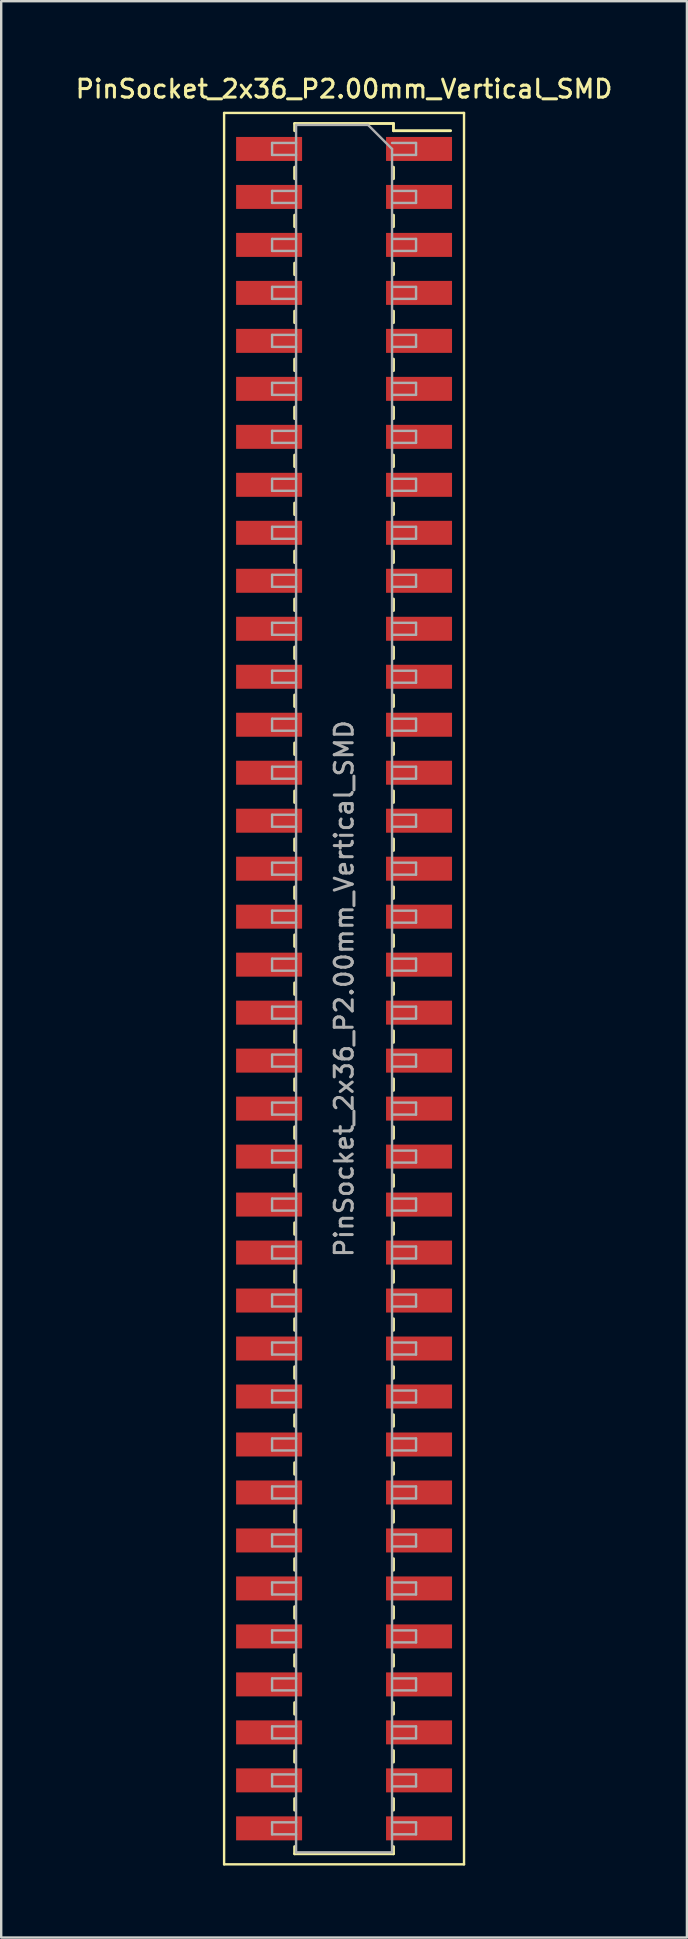
<source format=kicad_pcb>
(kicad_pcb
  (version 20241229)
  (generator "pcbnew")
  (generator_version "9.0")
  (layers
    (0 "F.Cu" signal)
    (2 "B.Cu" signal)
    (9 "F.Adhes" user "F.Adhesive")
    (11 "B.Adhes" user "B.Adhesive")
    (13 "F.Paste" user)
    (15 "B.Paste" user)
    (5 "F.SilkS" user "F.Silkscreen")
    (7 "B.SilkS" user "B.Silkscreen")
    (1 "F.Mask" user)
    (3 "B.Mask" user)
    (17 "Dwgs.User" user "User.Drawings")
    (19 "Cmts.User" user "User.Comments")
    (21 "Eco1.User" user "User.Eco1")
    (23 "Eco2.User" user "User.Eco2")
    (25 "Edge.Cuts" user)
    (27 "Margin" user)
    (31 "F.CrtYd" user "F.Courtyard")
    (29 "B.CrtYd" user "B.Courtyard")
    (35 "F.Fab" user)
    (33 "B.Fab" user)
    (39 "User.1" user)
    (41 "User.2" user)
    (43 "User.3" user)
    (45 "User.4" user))
  (footprint "PinSocket_2x36_P2.00mm_Vertical_SMD"
    (layer "F.Cu")
    (at 11.291 38.158)
    (property "Reference" "PinSocket_2x36_P2.00mm_Vertical_SMD" (at 0 -37.5 0) (layer "F.SilkS") (effects (font (size 0.75 0.75) (thickness 0.125))))
    (attr smd)
    (fp_line (start -5 -36.5) (end 5 -36.5) (stroke (width 0.1) (type solid)) (layer "F.SilkS"))
    (fp_line (start -5 36.5) (end -5 -36.5) (stroke (width 0.1) (type solid)) (layer "F.SilkS"))
    (fp_line (start -2.06 -36.06) (end -2.06 -35.76) (stroke (width 0.12) (type solid)) (layer "F.SilkS"))
    (fp_line (start -2.06 -36.06) (end 2.06 -36.06) (stroke (width 0.12) (type solid)) (layer "F.SilkS"))
    (fp_line (start -2.06 -34.24) (end -2.06 -33.76) (stroke (width 0.12) (type solid)) (layer "F.SilkS"))
    (fp_line (start -2.06 -32.24) (end -2.06 -31.76) (stroke (width 0.12) (type solid)) (layer "F.SilkS"))
    (fp_line (start -2.06 -30.24) (end -2.06 -29.76) (stroke (width 0.12) (type solid)) (layer "F.SilkS"))
    (fp_line (start -2.06 -28.24) (end -2.06 -27.76) (stroke (width 0.12) (type solid)) (layer "F.SilkS"))
    (fp_line (start -2.06 -26.24) (end -2.06 -25.76) (stroke (width 0.12) (type solid)) (layer "F.SilkS"))
    (fp_line (start -2.06 -24.24) (end -2.06 -23.76) (stroke (width 0.12) (type solid)) (layer "F.SilkS"))
    (fp_line (start -2.06 -22.24) (end -2.06 -21.76) (stroke (width 0.12) (type solid)) (layer "F.SilkS"))
    (fp_line (start -2.06 -20.24) (end -2.06 -19.76) (stroke (width 0.12) (type solid)) (layer "F.SilkS"))
    (fp_line (start -2.06 -18.24) (end -2.06 -17.76) (stroke (width 0.12) (type solid)) (layer "F.SilkS"))
    (fp_line (start -2.06 -16.24) (end -2.06 -15.76) (stroke (width 0.12) (type solid)) (layer "F.SilkS"))
    (fp_line (start -2.06 -14.24) (end -2.06 -13.76) (stroke (width 0.12) (type solid)) (layer "F.SilkS"))
    (fp_line (start -2.06 -12.24) (end -2.06 -11.76) (stroke (width 0.12) (type solid)) (layer "F.SilkS"))
    (fp_line (start -2.06 -10.24) (end -2.06 -9.76) (stroke (width 0.12) (type solid)) (layer "F.SilkS"))
    (fp_line (start -2.06 -8.24) (end -2.06 -7.76) (stroke (width 0.12) (type solid)) (layer "F.SilkS"))
    (fp_line (start -2.06 -6.24) (end -2.06 -5.76) (stroke (width 0.12) (type solid)) (layer "F.SilkS"))
    (fp_line (start -2.06 -4.24) (end -2.06 -3.76) (stroke (width 0.12) (type solid)) (layer "F.SilkS"))
    (fp_line (start -2.06 -2.24) (end -2.06 -1.76) (stroke (width 0.12) (type solid)) (layer "F.SilkS"))
    (fp_line (start -2.06 -0.24) (end -2.06 0.24) (stroke (width 0.12) (type solid)) (layer "F.SilkS"))
    (fp_line (start -2.06 1.76) (end -2.06 2.24) (stroke (width 0.12) (type solid)) (layer "F.SilkS"))
    (fp_line (start -2.06 3.76) (end -2.06 4.24) (stroke (width 0.12) (type solid)) (layer "F.SilkS"))
    (fp_line (start -2.06 5.76) (end -2.06 6.24) (stroke (width 0.12) (type solid)) (layer "F.SilkS"))
    (fp_line (start -2.06 7.76) (end -2.06 8.24) (stroke (width 0.12) (type solid)) (layer "F.SilkS"))
    (fp_line (start -2.06 9.76) (end -2.06 10.24) (stroke (width 0.12) (type solid)) (layer "F.SilkS"))
    (fp_line (start -2.06 11.76) (end -2.06 12.24) (stroke (width 0.12) (type solid)) (layer "F.SilkS"))
    (fp_line (start -2.06 13.76) (end -2.06 14.24) (stroke (width 0.12) (type solid)) (layer "F.SilkS"))
    (fp_line (start -2.06 15.76) (end -2.06 16.24) (stroke (width 0.12) (type solid)) (layer "F.SilkS"))
    (fp_line (start -2.06 17.76) (end -2.06 18.24) (stroke (width 0.12) (type solid)) (layer "F.SilkS"))
    (fp_line (start -2.06 19.76) (end -2.06 20.24) (stroke (width 0.12) (type solid)) (layer "F.SilkS"))
    (fp_line (start -2.06 21.76) (end -2.06 22.24) (stroke (width 0.12) (type solid)) (layer "F.SilkS"))
    (fp_line (start -2.06 23.76) (end -2.06 24.24) (stroke (width 0.12) (type solid)) (layer "F.SilkS"))
    (fp_line (start -2.06 25.76) (end -2.06 26.24) (stroke (width 0.12) (type solid)) (layer "F.SilkS"))
    (fp_line (start -2.06 27.76) (end -2.06 28.24) (stroke (width 0.12) (type solid)) (layer "F.SilkS"))
    (fp_line (start -2.06 29.76) (end -2.06 30.24) (stroke (width 0.12) (type solid)) (layer "F.SilkS"))
    (fp_line (start -2.06 31.76) (end -2.06 32.24) (stroke (width 0.12) (type solid)) (layer "F.SilkS"))
    (fp_line (start -2.06 33.76) (end -2.06 34.24) (stroke (width 0.12) (type solid)) (layer "F.SilkS"))
    (fp_line (start -2.06 35.76) (end -2.06 36.06) (stroke (width 0.12) (type solid)) (layer "F.SilkS"))
    (fp_line (start -2.06 36.06) (end 2.06 36.06) (stroke (width 0.12) (type solid)) (layer "F.SilkS"))
    (fp_line (start 2.06 -36.06) (end 2.06 -35.76) (stroke (width 0.12) (type solid)) (layer "F.SilkS"))
    (fp_line (start 2.06 -35.76) (end 4.44 -35.76) (stroke (width 0.12) (type solid)) (layer "F.SilkS"))
    (fp_line (start 2.06 -34.24) (end 2.06 -33.76) (stroke (width 0.12) (type solid)) (layer "F.SilkS"))
    (fp_line (start 2.06 -32.24) (end 2.06 -31.76) (stroke (width 0.12) (type solid)) (layer "F.SilkS"))
    (fp_line (start 2.06 -30.24) (end 2.06 -29.76) (stroke (width 0.12) (type solid)) (layer "F.SilkS"))
    (fp_line (start 2.06 -28.24) (end 2.06 -27.76) (stroke (width 0.12) (type solid)) (layer "F.SilkS"))
    (fp_line (start 2.06 -26.24) (end 2.06 -25.76) (stroke (width 0.12) (type solid)) (layer "F.SilkS"))
    (fp_line (start 2.06 -24.24) (end 2.06 -23.76) (stroke (width 0.12) (type solid)) (layer "F.SilkS"))
    (fp_line (start 2.06 -22.24) (end 2.06 -21.76) (stroke (width 0.12) (type solid)) (layer "F.SilkS"))
    (fp_line (start 2.06 -20.24) (end 2.06 -19.76) (stroke (width 0.12) (type solid)) (layer "F.SilkS"))
    (fp_line (start 2.06 -18.24) (end 2.06 -17.76) (stroke (width 0.12) (type solid)) (layer "F.SilkS"))
    (fp_line (start 2.06 -16.24) (end 2.06 -15.76) (stroke (width 0.12) (type solid)) (layer "F.SilkS"))
    (fp_line (start 2.06 -14.24) (end 2.06 -13.76) (stroke (width 0.12) (type solid)) (layer "F.SilkS"))
    (fp_line (start 2.06 -12.24) (end 2.06 -11.76) (stroke (width 0.12) (type solid)) (layer "F.SilkS"))
    (fp_line (start 2.06 -10.24) (end 2.06 -9.76) (stroke (width 0.12) (type solid)) (layer "F.SilkS"))
    (fp_line (start 2.06 -8.24) (end 2.06 -7.76) (stroke (width 0.12) (type solid)) (layer "F.SilkS"))
    (fp_line (start 2.06 -6.24) (end 2.06 -5.76) (stroke (width 0.12) (type solid)) (layer "F.SilkS"))
    (fp_line (start 2.06 -4.24) (end 2.06 -3.76) (stroke (width 0.12) (type solid)) (layer "F.SilkS"))
    (fp_line (start 2.06 -2.24) (end 2.06 -1.76) (stroke (width 0.12) (type solid)) (layer "F.SilkS"))
    (fp_line (start 2.06 -0.24) (end 2.06 0.24) (stroke (width 0.12) (type solid)) (layer "F.SilkS"))
    (fp_line (start 2.06 1.76) (end 2.06 2.24) (stroke (width 0.12) (type solid)) (layer "F.SilkS"))
    (fp_line (start 2.06 3.76) (end 2.06 4.24) (stroke (width 0.12) (type solid)) (layer "F.SilkS"))
    (fp_line (start 2.06 5.76) (end 2.06 6.24) (stroke (width 0.12) (type solid)) (layer "F.SilkS"))
    (fp_line (start 2.06 7.76) (end 2.06 8.24) (stroke (width 0.12) (type solid)) (layer "F.SilkS"))
    (fp_line (start 2.06 9.76) (end 2.06 10.24) (stroke (width 0.12) (type solid)) (layer "F.SilkS"))
    (fp_line (start 2.06 11.76) (end 2.06 12.24) (stroke (width 0.12) (type solid)) (layer "F.SilkS"))
    (fp_line (start 2.06 13.76) (end 2.06 14.24) (stroke (width 0.12) (type solid)) (layer "F.SilkS"))
    (fp_line (start 2.06 15.76) (end 2.06 16.24) (stroke (width 0.12) (type solid)) (layer "F.SilkS"))
    (fp_line (start 2.06 17.76) (end 2.06 18.24) (stroke (width 0.12) (type solid)) (layer "F.SilkS"))
    (fp_line (start 2.06 19.76) (end 2.06 20.24) (stroke (width 0.12) (type solid)) (layer "F.SilkS"))
    (fp_line (start 2.06 21.76) (end 2.06 22.24) (stroke (width 0.12) (type solid)) (layer "F.SilkS"))
    (fp_line (start 2.06 23.76) (end 2.06 24.24) (stroke (width 0.12) (type solid)) (layer "F.SilkS"))
    (fp_line (start 2.06 25.76) (end 2.06 26.24) (stroke (width 0.12) (type solid)) (layer "F.SilkS"))
    (fp_line (start 2.06 27.76) (end 2.06 28.24) (stroke (width 0.12) (type solid)) (layer "F.SilkS"))
    (fp_line (start 2.06 29.76) (end 2.06 30.24) (stroke (width 0.12) (type solid)) (layer "F.SilkS"))
    (fp_line (start 2.06 31.76) (end 2.06 32.24) (stroke (width 0.12) (type solid)) (layer "F.SilkS"))
    (fp_line (start 2.06 33.76) (end 2.06 34.24) (stroke (width 0.12) (type solid)) (layer "F.SilkS"))
    (fp_line (start 2.06 35.76) (end 2.06 36.06) (stroke (width 0.12) (type solid)) (layer "F.SilkS"))
    (fp_line (start 5 -36.5) (end 5 36.5) (stroke (width 0.1) (type solid)) (layer "F.SilkS"))
    (fp_line (start 5 36.5) (end -5 36.5) (stroke (width 0.1) (type solid)) (layer "F.SilkS"))
    (fp_line (start -3 -35.25) (end -2 -35.25) (stroke (width 0.1) (type solid)) (layer "F.Fab"))
    (fp_line (start -3 -34.75) (end -3 -35.25) (stroke (width 0.1) (type solid)) (layer "F.Fab"))
    (fp_line (start -3 -33.25) (end -2 -33.25) (stroke (width 0.1) (type solid)) (layer "F.Fab"))
    (fp_line (start -3 -32.75) (end -3 -33.25) (stroke (width 0.1) (type solid)) (layer "F.Fab"))
    (fp_line (start -3 -31.25) (end -2 -31.25) (stroke (width 0.1) (type solid)) (layer "F.Fab"))
    (fp_line (start -3 -30.75) (end -3 -31.25) (stroke (width 0.1) (type solid)) (layer "F.Fab"))
    (fp_line (start -3 -29.25) (end -2 -29.25) (stroke (width 0.1) (type solid)) (layer "F.Fab"))
    (fp_line (start -3 -28.75) (end -3 -29.25) (stroke (width 0.1) (type solid)) (layer "F.Fab"))
    (fp_line (start -3 -27.25) (end -2 -27.25) (stroke (width 0.1) (type solid)) (layer "F.Fab"))
    (fp_line (start -3 -26.75) (end -3 -27.25) (stroke (width 0.1) (type solid)) (layer "F.Fab"))
    (fp_line (start -3 -25.25) (end -2 -25.25) (stroke (width 0.1) (type solid)) (layer "F.Fab"))
    (fp_line (start -3 -24.75) (end -3 -25.25) (stroke (width 0.1) (type solid)) (layer "F.Fab"))
    (fp_line (start -3 -23.25) (end -2 -23.25) (stroke (width 0.1) (type solid)) (layer "F.Fab"))
    (fp_line (start -3 -22.75) (end -3 -23.25) (stroke (width 0.1) (type solid)) (layer "F.Fab"))
    (fp_line (start -3 -21.25) (end -2 -21.25) (stroke (width 0.1) (type solid)) (layer "F.Fab"))
    (fp_line (start -3 -20.75) (end -3 -21.25) (stroke (width 0.1) (type solid)) (layer "F.Fab"))
    (fp_line (start -3 -19.25) (end -2 -19.25) (stroke (width 0.1) (type solid)) (layer "F.Fab"))
    (fp_line (start -3 -18.75) (end -3 -19.25) (stroke (width 0.1) (type solid)) (layer "F.Fab"))
    (fp_line (start -3 -17.25) (end -2 -17.25) (stroke (width 0.1) (type solid)) (layer "F.Fab"))
    (fp_line (start -3 -16.75) (end -3 -17.25) (stroke (width 0.1) (type solid)) (layer "F.Fab"))
    (fp_line (start -3 -15.25) (end -2 -15.25) (stroke (width 0.1) (type solid)) (layer "F.Fab"))
    (fp_line (start -3 -14.75) (end -3 -15.25) (stroke (width 0.1) (type solid)) (layer "F.Fab"))
    (fp_line (start -3 -13.25) (end -2 -13.25) (stroke (width 0.1) (type solid)) (layer "F.Fab"))
    (fp_line (start -3 -12.75) (end -3 -13.25) (stroke (width 0.1) (type solid)) (layer "F.Fab"))
    (fp_line (start -3 -11.25) (end -2 -11.25) (stroke (width 0.1) (type solid)) (layer "F.Fab"))
    (fp_line (start -3 -10.75) (end -3 -11.25) (stroke (width 0.1) (type solid)) (layer "F.Fab"))
    (fp_line (start -3 -9.25) (end -2 -9.25) (stroke (width 0.1) (type solid)) (layer "F.Fab"))
    (fp_line (start -3 -8.75) (end -3 -9.25) (stroke (width 0.1) (type solid)) (layer "F.Fab"))
    (fp_line (start -3 -7.25) (end -2 -7.25) (stroke (width 0.1) (type solid)) (layer "F.Fab"))
    (fp_line (start -3 -6.75) (end -3 -7.25) (stroke (width 0.1) (type solid)) (layer "F.Fab"))
    (fp_line (start -3 -5.25) (end -2 -5.25) (stroke (width 0.1) (type solid)) (layer "F.Fab"))
    (fp_line (start -3 -4.75) (end -3 -5.25) (stroke (width 0.1) (type solid)) (layer "F.Fab"))
    (fp_line (start -3 -3.25) (end -2 -3.25) (stroke (width 0.1) (type solid)) (layer "F.Fab"))
    (fp_line (start -3 -2.75) (end -3 -3.25) (stroke (width 0.1) (type solid)) (layer "F.Fab"))
    (fp_line (start -3 -1.25) (end -2 -1.25) (stroke (width 0.1) (type solid)) (layer "F.Fab"))
    (fp_line (start -3 -0.75) (end -3 -1.25) (stroke (width 0.1) (type solid)) (layer "F.Fab"))
    (fp_line (start -3 0.75) (end -2 0.75) (stroke (width 0.1) (type solid)) (layer "F.Fab"))
    (fp_line (start -3 1.25) (end -3 0.75) (stroke (width 0.1) (type solid)) (layer "F.Fab"))
    (fp_line (start -3 2.75) (end -2 2.75) (stroke (width 0.1) (type solid)) (layer "F.Fab"))
    (fp_line (start -3 3.25) (end -3 2.75) (stroke (width 0.1) (type solid)) (layer "F.Fab"))
    (fp_line (start -3 4.75) (end -2 4.75) (stroke (width 0.1) (type solid)) (layer "F.Fab"))
    (fp_line (start -3 5.25) (end -3 4.75) (stroke (width 0.1) (type solid)) (layer "F.Fab"))
    (fp_line (start -3 6.75) (end -2 6.75) (stroke (width 0.1) (type solid)) (layer "F.Fab"))
    (fp_line (start -3 7.25) (end -3 6.75) (stroke (width 0.1) (type solid)) (layer "F.Fab"))
    (fp_line (start -3 8.75) (end -2 8.75) (stroke (width 0.1) (type solid)) (layer "F.Fab"))
    (fp_line (start -3 9.25) (end -3 8.75) (stroke (width 0.1) (type solid)) (layer "F.Fab"))
    (fp_line (start -3 10.75) (end -2 10.75) (stroke (width 0.1) (type solid)) (layer "F.Fab"))
    (fp_line (start -3 11.25) (end -3 10.75) (stroke (width 0.1) (type solid)) (layer "F.Fab"))
    (fp_line (start -3 12.75) (end -2 12.75) (stroke (width 0.1) (type solid)) (layer "F.Fab"))
    (fp_line (start -3 13.25) (end -3 12.75) (stroke (width 0.1) (type solid)) (layer "F.Fab"))
    (fp_line (start -3 14.75) (end -2 14.75) (stroke (width 0.1) (type solid)) (layer "F.Fab"))
    (fp_line (start -3 15.25) (end -3 14.75) (stroke (width 0.1) (type solid)) (layer "F.Fab"))
    (fp_line (start -3 16.75) (end -2 16.75) (stroke (width 0.1) (type solid)) (layer "F.Fab"))
    (fp_line (start -3 17.25) (end -3 16.75) (stroke (width 0.1) (type solid)) (layer "F.Fab"))
    (fp_line (start -3 18.75) (end -2 18.75) (stroke (width 0.1) (type solid)) (layer "F.Fab"))
    (fp_line (start -3 19.25) (end -3 18.75) (stroke (width 0.1) (type solid)) (layer "F.Fab"))
    (fp_line (start -3 20.75) (end -2 20.75) (stroke (width 0.1) (type solid)) (layer "F.Fab"))
    (fp_line (start -3 21.25) (end -3 20.75) (stroke (width 0.1) (type solid)) (layer "F.Fab"))
    (fp_line (start -3 22.75) (end -2 22.75) (stroke (width 0.1) (type solid)) (layer "F.Fab"))
    (fp_line (start -3 23.25) (end -3 22.75) (stroke (width 0.1) (type solid)) (layer "F.Fab"))
    (fp_line (start -3 24.75) (end -2 24.75) (stroke (width 0.1) (type solid)) (layer "F.Fab"))
    (fp_line (start -3 25.25) (end -3 24.75) (stroke (width 0.1) (type solid)) (layer "F.Fab"))
    (fp_line (start -3 26.75) (end -2 26.75) (stroke (width 0.1) (type solid)) (layer "F.Fab"))
    (fp_line (start -3 27.25) (end -3 26.75) (stroke (width 0.1) (type solid)) (layer "F.Fab"))
    (fp_line (start -3 28.75) (end -2 28.75) (stroke (width 0.1) (type solid)) (layer "F.Fab"))
    (fp_line (start -3 29.25) (end -3 28.75) (stroke (width 0.1) (type solid)) (layer "F.Fab"))
    (fp_line (start -3 30.75) (end -2 30.75) (stroke (width 0.1) (type solid)) (layer "F.Fab"))
    (fp_line (start -3 31.25) (end -3 30.75) (stroke (width 0.1) (type solid)) (layer "F.Fab"))
    (fp_line (start -3 32.75) (end -2 32.75) (stroke (width 0.1) (type solid)) (layer "F.Fab"))
    (fp_line (start -3 33.25) (end -3 32.75) (stroke (width 0.1) (type solid)) (layer "F.Fab"))
    (fp_line (start -3 34.75) (end -2 34.75) (stroke (width 0.1) (type solid)) (layer "F.Fab"))
    (fp_line (start -3 35.25) (end -3 34.75) (stroke (width 0.1) (type solid)) (layer "F.Fab"))
    (fp_line (start -2 -36) (end 1 -36) (stroke (width 0.1) (type solid)) (layer "F.Fab"))
    (fp_line (start -2 -34.75) (end -3 -34.75) (stroke (width 0.1) (type solid)) (layer "F.Fab"))
    (fp_line (start -2 -32.75) (end -3 -32.75) (stroke (width 0.1) (type solid)) (layer "F.Fab"))
    (fp_line (start -2 -30.75) (end -3 -30.75) (stroke (width 0.1) (type solid)) (layer "F.Fab"))
    (fp_line (start -2 -28.75) (end -3 -28.75) (stroke (width 0.1) (type solid)) (layer "F.Fab"))
    (fp_line (start -2 -26.75) (end -3 -26.75) (stroke (width 0.1) (type solid)) (layer "F.Fab"))
    (fp_line (start -2 -24.75) (end -3 -24.75) (stroke (width 0.1) (type solid)) (layer "F.Fab"))
    (fp_line (start -2 -22.75) (end -3 -22.75) (stroke (width 0.1) (type solid)) (layer "F.Fab"))
    (fp_line (start -2 -20.75) (end -3 -20.75) (stroke (width 0.1) (type solid)) (layer "F.Fab"))
    (fp_line (start -2 -18.75) (end -3 -18.75) (stroke (width 0.1) (type solid)) (layer "F.Fab"))
    (fp_line (start -2 -16.75) (end -3 -16.75) (stroke (width 0.1) (type solid)) (layer "F.Fab"))
    (fp_line (start -2 -14.75) (end -3 -14.75) (stroke (width 0.1) (type solid)) (layer "F.Fab"))
    (fp_line (start -2 -12.75) (end -3 -12.75) (stroke (width 0.1) (type solid)) (layer "F.Fab"))
    (fp_line (start -2 -10.75) (end -3 -10.75) (stroke (width 0.1) (type solid)) (layer "F.Fab"))
    (fp_line (start -2 -8.75) (end -3 -8.75) (stroke (width 0.1) (type solid)) (layer "F.Fab"))
    (fp_line (start -2 -6.75) (end -3 -6.75) (stroke (width 0.1) (type solid)) (layer "F.Fab"))
    (fp_line (start -2 -4.75) (end -3 -4.75) (stroke (width 0.1) (type solid)) (layer "F.Fab"))
    (fp_line (start -2 -2.75) (end -3 -2.75) (stroke (width 0.1) (type solid)) (layer "F.Fab"))
    (fp_line (start -2 -0.75) (end -3 -0.75) (stroke (width 0.1) (type solid)) (layer "F.Fab"))
    (fp_line (start -2 1.25) (end -3 1.25) (stroke (width 0.1) (type solid)) (layer "F.Fab"))
    (fp_line (start -2 3.25) (end -3 3.25) (stroke (width 0.1) (type solid)) (layer "F.Fab"))
    (fp_line (start -2 5.25) (end -3 5.25) (stroke (width 0.1) (type solid)) (layer "F.Fab"))
    (fp_line (start -2 7.25) (end -3 7.25) (stroke (width 0.1) (type solid)) (layer "F.Fab"))
    (fp_line (start -2 9.25) (end -3 9.25) (stroke (width 0.1) (type solid)) (layer "F.Fab"))
    (fp_line (start -2 11.25) (end -3 11.25) (stroke (width 0.1) (type solid)) (layer "F.Fab"))
    (fp_line (start -2 13.25) (end -3 13.25) (stroke (width 0.1) (type solid)) (layer "F.Fab"))
    (fp_line (start -2 15.25) (end -3 15.25) (stroke (width 0.1) (type solid)) (layer "F.Fab"))
    (fp_line (start -2 17.25) (end -3 17.25) (stroke (width 0.1) (type solid)) (layer "F.Fab"))
    (fp_line (start -2 19.25) (end -3 19.25) (stroke (width 0.1) (type solid)) (layer "F.Fab"))
    (fp_line (start -2 21.25) (end -3 21.25) (stroke (width 0.1) (type solid)) (layer "F.Fab"))
    (fp_line (start -2 23.25) (end -3 23.25) (stroke (width 0.1) (type solid)) (layer "F.Fab"))
    (fp_line (start -2 25.25) (end -3 25.25) (stroke (width 0.1) (type solid)) (layer "F.Fab"))
    (fp_line (start -2 27.25) (end -3 27.25) (stroke (width 0.1) (type solid)) (layer "F.Fab"))
    (fp_line (start -2 29.25) (end -3 29.25) (stroke (width 0.1) (type solid)) (layer "F.Fab"))
    (fp_line (start -2 31.25) (end -3 31.25) (stroke (width 0.1) (type solid)) (layer "F.Fab"))
    (fp_line (start -2 33.25) (end -3 33.25) (stroke (width 0.1) (type solid)) (layer "F.Fab"))
    (fp_line (start -2 35.25) (end -3 35.25) (stroke (width 0.1) (type solid)) (layer "F.Fab"))
    (fp_line (start -2 36) (end -2 -36) (stroke (width 0.1) (type solid)) (layer "F.Fab"))
    (fp_line (start 1 -36) (end 2 -35) (stroke (width 0.1) (type solid)) (layer "F.Fab"))
    (fp_line (start 2 -35.25) (end 3 -35.25) (stroke (width 0.1) (type solid)) (layer "F.Fab"))
    (fp_line (start 2 -35) (end 2 36) (stroke (width 0.1) (type solid)) (layer "F.Fab"))
    (fp_line (start 2 -33.25) (end 3 -33.25) (stroke (width 0.1) (type solid)) (layer "F.Fab"))
    (fp_line (start 2 -31.25) (end 3 -31.25) (stroke (width 0.1) (type solid)) (layer "F.Fab"))
    (fp_line (start 2 -29.25) (end 3 -29.25) (stroke (width 0.1) (type solid)) (layer "F.Fab"))
    (fp_line (start 2 -27.25) (end 3 -27.25) (stroke (width 0.1) (type solid)) (layer "F.Fab"))
    (fp_line (start 2 -25.25) (end 3 -25.25) (stroke (width 0.1) (type solid)) (layer "F.Fab"))
    (fp_line (start 2 -23.25) (end 3 -23.25) (stroke (width 0.1) (type solid)) (layer "F.Fab"))
    (fp_line (start 2 -21.25) (end 3 -21.25) (stroke (width 0.1) (type solid)) (layer "F.Fab"))
    (fp_line (start 2 -19.25) (end 3 -19.25) (stroke (width 0.1) (type solid)) (layer "F.Fab"))
    (fp_line (start 2 -17.25) (end 3 -17.25) (stroke (width 0.1) (type solid)) (layer "F.Fab"))
    (fp_line (start 2 -15.25) (end 3 -15.25) (stroke (width 0.1) (type solid)) (layer "F.Fab"))
    (fp_line (start 2 -13.25) (end 3 -13.25) (stroke (width 0.1) (type solid)) (layer "F.Fab"))
    (fp_line (start 2 -11.25) (end 3 -11.25) (stroke (width 0.1) (type solid)) (layer "F.Fab"))
    (fp_line (start 2 -9.25) (end 3 -9.25) (stroke (width 0.1) (type solid)) (layer "F.Fab"))
    (fp_line (start 2 -7.25) (end 3 -7.25) (stroke (width 0.1) (type solid)) (layer "F.Fab"))
    (fp_line (start 2 -5.25) (end 3 -5.25) (stroke (width 0.1) (type solid)) (layer "F.Fab"))
    (fp_line (start 2 -3.25) (end 3 -3.25) (stroke (width 0.1) (type solid)) (layer "F.Fab"))
    (fp_line (start 2 -1.25) (end 3 -1.25) (stroke (width 0.1) (type solid)) (layer "F.Fab"))
    (fp_line (start 2 0.75) (end 3 0.75) (stroke (width 0.1) (type solid)) (layer "F.Fab"))
    (fp_line (start 2 2.75) (end 3 2.75) (stroke (width 0.1) (type solid)) (layer "F.Fab"))
    (fp_line (start 2 4.75) (end 3 4.75) (stroke (width 0.1) (type solid)) (layer "F.Fab"))
    (fp_line (start 2 6.75) (end 3 6.75) (stroke (width 0.1) (type solid)) (layer "F.Fab"))
    (fp_line (start 2 8.75) (end 3 8.75) (stroke (width 0.1) (type solid)) (layer "F.Fab"))
    (fp_line (start 2 10.75) (end 3 10.75) (stroke (width 0.1) (type solid)) (layer "F.Fab"))
    (fp_line (start 2 12.75) (end 3 12.75) (stroke (width 0.1) (type solid)) (layer "F.Fab"))
    (fp_line (start 2 14.75) (end 3 14.75) (stroke (width 0.1) (type solid)) (layer "F.Fab"))
    (fp_line (start 2 16.75) (end 3 16.75) (stroke (width 0.1) (type solid)) (layer "F.Fab"))
    (fp_line (start 2 18.75) (end 3 18.75) (stroke (width 0.1) (type solid)) (layer "F.Fab"))
    (fp_line (start 2 20.75) (end 3 20.75) (stroke (width 0.1) (type solid)) (layer "F.Fab"))
    (fp_line (start 2 22.75) (end 3 22.75) (stroke (width 0.1) (type solid)) (layer "F.Fab"))
    (fp_line (start 2 24.75) (end 3 24.75) (stroke (width 0.1) (type solid)) (layer "F.Fab"))
    (fp_line (start 2 26.75) (end 3 26.75) (stroke (width 0.1) (type solid)) (layer "F.Fab"))
    (fp_line (start 2 28.75) (end 3 28.75) (stroke (width 0.1) (type solid)) (layer "F.Fab"))
    (fp_line (start 2 30.75) (end 3 30.75) (stroke (width 0.1) (type solid)) (layer "F.Fab"))
    (fp_line (start 2 32.75) (end 3 32.75) (stroke (width 0.1) (type solid)) (layer "F.Fab"))
    (fp_line (start 2 34.75) (end 3 34.75) (stroke (width 0.1) (type solid)) (layer "F.Fab"))
    (fp_line (start 2 36) (end -2 36) (stroke (width 0.1) (type solid)) (layer "F.Fab"))
    (fp_line (start 3 -35.25) (end 3 -34.75) (stroke (width 0.1) (type solid)) (layer "F.Fab"))
    (fp_line (start 3 -34.75) (end 2 -34.75) (stroke (width 0.1) (type solid)) (layer "F.Fab"))
    (fp_line (start 3 -33.25) (end 3 -32.75) (stroke (width 0.1) (type solid)) (layer "F.Fab"))
    (fp_line (start 3 -32.75) (end 2 -32.75) (stroke (width 0.1) (type solid)) (layer "F.Fab"))
    (fp_line (start 3 -31.25) (end 3 -30.75) (stroke (width 0.1) (type solid)) (layer "F.Fab"))
    (fp_line (start 3 -30.75) (end 2 -30.75) (stroke (width 0.1) (type solid)) (layer "F.Fab"))
    (fp_line (start 3 -29.25) (end 3 -28.75) (stroke (width 0.1) (type solid)) (layer "F.Fab"))
    (fp_line (start 3 -28.75) (end 2 -28.75) (stroke (width 0.1) (type solid)) (layer "F.Fab"))
    (fp_line (start 3 -27.25) (end 3 -26.75) (stroke (width 0.1) (type solid)) (layer "F.Fab"))
    (fp_line (start 3 -26.75) (end 2 -26.75) (stroke (width 0.1) (type solid)) (layer "F.Fab"))
    (fp_line (start 3 -25.25) (end 3 -24.75) (stroke (width 0.1) (type solid)) (layer "F.Fab"))
    (fp_line (start 3 -24.75) (end 2 -24.75) (stroke (width 0.1) (type solid)) (layer "F.Fab"))
    (fp_line (start 3 -23.25) (end 3 -22.75) (stroke (width 0.1) (type solid)) (layer "F.Fab"))
    (fp_line (start 3 -22.75) (end 2 -22.75) (stroke (width 0.1) (type solid)) (layer "F.Fab"))
    (fp_line (start 3 -21.25) (end 3 -20.75) (stroke (width 0.1) (type solid)) (layer "F.Fab"))
    (fp_line (start 3 -20.75) (end 2 -20.75) (stroke (width 0.1) (type solid)) (layer "F.Fab"))
    (fp_line (start 3 -19.25) (end 3 -18.75) (stroke (width 0.1) (type solid)) (layer "F.Fab"))
    (fp_line (start 3 -18.75) (end 2 -18.75) (stroke (width 0.1) (type solid)) (layer "F.Fab"))
    (fp_line (start 3 -17.25) (end 3 -16.75) (stroke (width 0.1) (type solid)) (layer "F.Fab"))
    (fp_line (start 3 -16.75) (end 2 -16.75) (stroke (width 0.1) (type solid)) (layer "F.Fab"))
    (fp_line (start 3 -15.25) (end 3 -14.75) (stroke (width 0.1) (type solid)) (layer "F.Fab"))
    (fp_line (start 3 -14.75) (end 2 -14.75) (stroke (width 0.1) (type solid)) (layer "F.Fab"))
    (fp_line (start 3 -13.25) (end 3 -12.75) (stroke (width 0.1) (type solid)) (layer "F.Fab"))
    (fp_line (start 3 -12.75) (end 2 -12.75) (stroke (width 0.1) (type solid)) (layer "F.Fab"))
    (fp_line (start 3 -11.25) (end 3 -10.75) (stroke (width 0.1) (type solid)) (layer "F.Fab"))
    (fp_line (start 3 -10.75) (end 2 -10.75) (stroke (width 0.1) (type solid)) (layer "F.Fab"))
    (fp_line (start 3 -9.25) (end 3 -8.75) (stroke (width 0.1) (type solid)) (layer "F.Fab"))
    (fp_line (start 3 -8.75) (end 2 -8.75) (stroke (width 0.1) (type solid)) (layer "F.Fab"))
    (fp_line (start 3 -7.25) (end 3 -6.75) (stroke (width 0.1) (type solid)) (layer "F.Fab"))
    (fp_line (start 3 -6.75) (end 2 -6.75) (stroke (width 0.1) (type solid)) (layer "F.Fab"))
    (fp_line (start 3 -5.25) (end 3 -4.75) (stroke (width 0.1) (type solid)) (layer "F.Fab"))
    (fp_line (start 3 -4.75) (end 2 -4.75) (stroke (width 0.1) (type solid)) (layer "F.Fab"))
    (fp_line (start 3 -3.25) (end 3 -2.75) (stroke (width 0.1) (type solid)) (layer "F.Fab"))
    (fp_line (start 3 -2.75) (end 2 -2.75) (stroke (width 0.1) (type solid)) (layer "F.Fab"))
    (fp_line (start 3 -1.25) (end 3 -0.75) (stroke (width 0.1) (type solid)) (layer "F.Fab"))
    (fp_line (start 3 -0.75) (end 2 -0.75) (stroke (width 0.1) (type solid)) (layer "F.Fab"))
    (fp_line (start 3 0.75) (end 3 1.25) (stroke (width 0.1) (type solid)) (layer "F.Fab"))
    (fp_line (start 3 1.25) (end 2 1.25) (stroke (width 0.1) (type solid)) (layer "F.Fab"))
    (fp_line (start 3 2.75) (end 3 3.25) (stroke (width 0.1) (type solid)) (layer "F.Fab"))
    (fp_line (start 3 3.25) (end 2 3.25) (stroke (width 0.1) (type solid)) (layer "F.Fab"))
    (fp_line (start 3 4.75) (end 3 5.25) (stroke (width 0.1) (type solid)) (layer "F.Fab"))
    (fp_line (start 3 5.25) (end 2 5.25) (stroke (width 0.1) (type solid)) (layer "F.Fab"))
    (fp_line (start 3 6.75) (end 3 7.25) (stroke (width 0.1) (type solid)) (layer "F.Fab"))
    (fp_line (start 3 7.25) (end 2 7.25) (stroke (width 0.1) (type solid)) (layer "F.Fab"))
    (fp_line (start 3 8.75) (end 3 9.25) (stroke (width 0.1) (type solid)) (layer "F.Fab"))
    (fp_line (start 3 9.25) (end 2 9.25) (stroke (width 0.1) (type solid)) (layer "F.Fab"))
    (fp_line (start 3 10.75) (end 3 11.25) (stroke (width 0.1) (type solid)) (layer "F.Fab"))
    (fp_line (start 3 11.25) (end 2 11.25) (stroke (width 0.1) (type solid)) (layer "F.Fab"))
    (fp_line (start 3 12.75) (end 3 13.25) (stroke (width 0.1) (type solid)) (layer "F.Fab"))
    (fp_line (start 3 13.25) (end 2 13.25) (stroke (width 0.1) (type solid)) (layer "F.Fab"))
    (fp_line (start 3 14.75) (end 3 15.25) (stroke (width 0.1) (type solid)) (layer "F.Fab"))
    (fp_line (start 3 15.25) (end 2 15.25) (stroke (width 0.1) (type solid)) (layer "F.Fab"))
    (fp_line (start 3 16.75) (end 3 17.25) (stroke (width 0.1) (type solid)) (layer "F.Fab"))
    (fp_line (start 3 17.25) (end 2 17.25) (stroke (width 0.1) (type solid)) (layer "F.Fab"))
    (fp_line (start 3 18.75) (end 3 19.25) (stroke (width 0.1) (type solid)) (layer "F.Fab"))
    (fp_line (start 3 19.25) (end 2 19.25) (stroke (width 0.1) (type solid)) (layer "F.Fab"))
    (fp_line (start 3 20.75) (end 3 21.25) (stroke (width 0.1) (type solid)) (layer "F.Fab"))
    (fp_line (start 3 21.25) (end 2 21.25) (stroke (width 0.1) (type solid)) (layer "F.Fab"))
    (fp_line (start 3 22.75) (end 3 23.25) (stroke (width 0.1) (type solid)) (layer "F.Fab"))
    (fp_line (start 3 23.25) (end 2 23.25) (stroke (width 0.1) (type solid)) (layer "F.Fab"))
    (fp_line (start 3 24.75) (end 3 25.25) (stroke (width 0.1) (type solid)) (layer "F.Fab"))
    (fp_line (start 3 25.25) (end 2 25.25) (stroke (width 0.1) (type solid)) (layer "F.Fab"))
    (fp_line (start 3 26.75) (end 3 27.25) (stroke (width 0.1) (type solid)) (layer "F.Fab"))
    (fp_line (start 3 27.25) (end 2 27.25) (stroke (width 0.1) (type solid)) (layer "F.Fab"))
    (fp_line (start 3 28.75) (end 3 29.25) (stroke (width 0.1) (type solid)) (layer "F.Fab"))
    (fp_line (start 3 29.25) (end 2 29.25) (stroke (width 0.1) (type solid)) (layer "F.Fab"))
    (fp_line (start 3 30.75) (end 3 31.25) (stroke (width 0.1) (type solid)) (layer "F.Fab"))
    (fp_line (start 3 31.25) (end 2 31.25) (stroke (width 0.1) (type solid)) (layer "F.Fab"))
    (fp_line (start 3 32.75) (end 3 33.25) (stroke (width 0.1) (type solid)) (layer "F.Fab"))
    (fp_line (start 3 33.25) (end 2 33.25) (stroke (width 0.1) (type solid)) (layer "F.Fab"))
    (fp_line (start 3 34.75) (end 3 35.25) (stroke (width 0.1) (type solid)) (layer "F.Fab"))
    (fp_line (start 3 35.25) (end 2 35.25) (stroke (width 0.1) (type solid)) (layer "F.Fab"))
    (fp_text user "${REFERENCE}" (at 0 0 90) (layer "F.Fab") (effects (font (size 0.75 0.75) (thickness 0.125))))
    (pad "1" smd rect (at 3.125 -35) (size 2.75 1) (layers "F.Cu" "F.Mask" "F.Paste"))
    (pad "2" smd rect (at -3.125 -35) (size 2.75 1) (layers "F.Cu" "F.Mask" "F.Paste"))
    (pad "3" smd rect (at 3.125 -33) (size 2.75 1) (layers "F.Cu" "F.Mask" "F.Paste"))
    (pad "4" smd rect (at -3.125 -33) (size 2.75 1) (layers "F.Cu" "F.Mask" "F.Paste"))
    (pad "5" smd rect (at 3.125 -31) (size 2.75 1) (layers "F.Cu" "F.Mask" "F.Paste"))
    (pad "6" smd rect (at -3.125 -31) (size 2.75 1) (layers "F.Cu" "F.Mask" "F.Paste"))
    (pad "7" smd rect (at 3.125 -29) (size 2.75 1) (layers "F.Cu" "F.Mask" "F.Paste"))
    (pad "8" smd rect (at -3.125 -29) (size 2.75 1) (layers "F.Cu" "F.Mask" "F.Paste"))
    (pad "9" smd rect (at 3.125 -27) (size 2.75 1) (layers "F.Cu" "F.Mask" "F.Paste"))
    (pad "10" smd rect (at -3.125 -27) (size 2.75 1) (layers "F.Cu" "F.Mask" "F.Paste"))
    (pad "11" smd rect (at 3.125 -25) (size 2.75 1) (layers "F.Cu" "F.Mask" "F.Paste"))
    (pad "12" smd rect (at -3.125 -25) (size 2.75 1) (layers "F.Cu" "F.Mask" "F.Paste"))
    (pad "13" smd rect (at 3.125 -23) (size 2.75 1) (layers "F.Cu" "F.Mask" "F.Paste"))
    (pad "14" smd rect (at -3.125 -23) (size 2.75 1) (layers "F.Cu" "F.Mask" "F.Paste"))
    (pad "15" smd rect (at 3.125 -21) (size 2.75 1) (layers "F.Cu" "F.Mask" "F.Paste"))
    (pad "16" smd rect (at -3.125 -21) (size 2.75 1) (layers "F.Cu" "F.Mask" "F.Paste"))
    (pad "17" smd rect (at 3.125 -19) (size 2.75 1) (layers "F.Cu" "F.Mask" "F.Paste"))
    (pad "18" smd rect (at -3.125 -19) (size 2.75 1) (layers "F.Cu" "F.Mask" "F.Paste"))
    (pad "19" smd rect (at 3.125 -17) (size 2.75 1) (layers "F.Cu" "F.Mask" "F.Paste"))
    (pad "20" smd rect (at -3.125 -17) (size 2.75 1) (layers "F.Cu" "F.Mask" "F.Paste"))
    (pad "21" smd rect (at 3.125 -15) (size 2.75 1) (layers "F.Cu" "F.Mask" "F.Paste"))
    (pad "22" smd rect (at -3.125 -15) (size 2.75 1) (layers "F.Cu" "F.Mask" "F.Paste"))
    (pad "23" smd rect (at 3.125 -13) (size 2.75 1) (layers "F.Cu" "F.Mask" "F.Paste"))
    (pad "24" smd rect (at -3.125 -13) (size 2.75 1) (layers "F.Cu" "F.Mask" "F.Paste"))
    (pad "25" smd rect (at 3.125 -11) (size 2.75 1) (layers "F.Cu" "F.Mask" "F.Paste"))
    (pad "26" smd rect (at -3.125 -11) (size 2.75 1) (layers "F.Cu" "F.Mask" "F.Paste"))
    (pad "27" smd rect (at 3.125 -9) (size 2.75 1) (layers "F.Cu" "F.Mask" "F.Paste"))
    (pad "28" smd rect (at -3.125 -9) (size 2.75 1) (layers "F.Cu" "F.Mask" "F.Paste"))
    (pad "29" smd rect (at 3.125 -7) (size 2.75 1) (layers "F.Cu" "F.Mask" "F.Paste"))
    (pad "30" smd rect (at -3.125 -7) (size 2.75 1) (layers "F.Cu" "F.Mask" "F.Paste"))
    (pad "31" smd rect (at 3.125 -5) (size 2.75 1) (layers "F.Cu" "F.Mask" "F.Paste"))
    (pad "32" smd rect (at -3.125 -5) (size 2.75 1) (layers "F.Cu" "F.Mask" "F.Paste"))
    (pad "33" smd rect (at 3.125 -3) (size 2.75 1) (layers "F.Cu" "F.Mask" "F.Paste"))
    (pad "34" smd rect (at -3.125 -3) (size 2.75 1) (layers "F.Cu" "F.Mask" "F.Paste"))
    (pad "35" smd rect (at 3.125 -1) (size 2.75 1) (layers "F.Cu" "F.Mask" "F.Paste"))
    (pad "36" smd rect (at -3.125 -1) (size 2.75 1) (layers "F.Cu" "F.Mask" "F.Paste"))
    (pad "37" smd rect (at 3.125 1) (size 2.75 1) (layers "F.Cu" "F.Mask" "F.Paste"))
    (pad "38" smd rect (at -3.125 1) (size 2.75 1) (layers "F.Cu" "F.Mask" "F.Paste"))
    (pad "39" smd rect (at 3.125 3) (size 2.75 1) (layers "F.Cu" "F.Mask" "F.Paste"))
    (pad "40" smd rect (at -3.125 3) (size 2.75 1) (layers "F.Cu" "F.Mask" "F.Paste"))
    (pad "41" smd rect (at 3.125 5) (size 2.75 1) (layers "F.Cu" "F.Mask" "F.Paste"))
    (pad "42" smd rect (at -3.125 5) (size 2.75 1) (layers "F.Cu" "F.Mask" "F.Paste"))
    (pad "43" smd rect (at 3.125 7) (size 2.75 1) (layers "F.Cu" "F.Mask" "F.Paste"))
    (pad "44" smd rect (at -3.125 7) (size 2.75 1) (layers "F.Cu" "F.Mask" "F.Paste"))
    (pad "45" smd rect (at 3.125 9) (size 2.75 1) (layers "F.Cu" "F.Mask" "F.Paste"))
    (pad "46" smd rect (at -3.125 9) (size 2.75 1) (layers "F.Cu" "F.Mask" "F.Paste"))
    (pad "47" smd rect (at 3.125 11) (size 2.75 1) (layers "F.Cu" "F.Mask" "F.Paste"))
    (pad "48" smd rect (at -3.125 11) (size 2.75 1) (layers "F.Cu" "F.Mask" "F.Paste"))
    (pad "49" smd rect (at 3.125 13) (size 2.75 1) (layers "F.Cu" "F.Mask" "F.Paste"))
    (pad "50" smd rect (at -3.125 13) (size 2.75 1) (layers "F.Cu" "F.Mask" "F.Paste"))
    (pad "51" smd rect (at 3.125 15) (size 2.75 1) (layers "F.Cu" "F.Mask" "F.Paste"))
    (pad "52" smd rect (at -3.125 15) (size 2.75 1) (layers "F.Cu" "F.Mask" "F.Paste"))
    (pad "53" smd rect (at 3.125 17) (size 2.75 1) (layers "F.Cu" "F.Mask" "F.Paste"))
    (pad "54" smd rect (at -3.125 17) (size 2.75 1) (layers "F.Cu" "F.Mask" "F.Paste"))
    (pad "55" smd rect (at 3.125 19) (size 2.75 1) (layers "F.Cu" "F.Mask" "F.Paste"))
    (pad "56" smd rect (at -3.125 19) (size 2.75 1) (layers "F.Cu" "F.Mask" "F.Paste"))
    (pad "57" smd rect (at 3.125 21) (size 2.75 1) (layers "F.Cu" "F.Mask" "F.Paste"))
    (pad "58" smd rect (at -3.125 21) (size 2.75 1) (layers "F.Cu" "F.Mask" "F.Paste"))
    (pad "59" smd rect (at 3.125 23) (size 2.75 1) (layers "F.Cu" "F.Mask" "F.Paste"))
    (pad "60" smd rect (at -3.125 23) (size 2.75 1) (layers "F.Cu" "F.Mask" "F.Paste"))
    (pad "61" smd rect (at 3.125 25) (size 2.75 1) (layers "F.Cu" "F.Mask" "F.Paste"))
    (pad "62" smd rect (at -3.125 25) (size 2.75 1) (layers "F.Cu" "F.Mask" "F.Paste"))
    (pad "63" smd rect (at 3.125 27) (size 2.75 1) (layers "F.Cu" "F.Mask" "F.Paste"))
    (pad "64" smd rect (at -3.125 27) (size 2.75 1) (layers "F.Cu" "F.Mask" "F.Paste"))
    (pad "65" smd rect (at 3.125 29) (size 2.75 1) (layers "F.Cu" "F.Mask" "F.Paste"))
    (pad "66" smd rect (at -3.125 29) (size 2.75 1) (layers "F.Cu" "F.Mask" "F.Paste"))
    (pad "67" smd rect (at 3.125 31) (size 2.75 1) (layers "F.Cu" "F.Mask" "F.Paste"))
    (pad "68" smd rect (at -3.125 31) (size 2.75 1) (layers "F.Cu" "F.Mask" "F.Paste"))
    (pad "69" smd rect (at 3.125 33) (size 2.75 1) (layers "F.Cu" "F.Mask" "F.Paste"))
    (pad "70" smd rect (at -3.125 33) (size 2.75 1) (layers "F.Cu" "F.Mask" "F.Paste"))
    (pad "71" smd rect (at 3.125 35) (size 2.75 1) (layers "F.Cu" "F.Mask" "F.Paste"))
    (pad "72" smd rect (at -3.125 35) (size 2.75 1) (layers "F.Cu" "F.Mask" "F.Paste")))
  (gr_rect
    (start -3 -3)
    (end 25.582 77.708)
    (stroke (width 0.1) (type default))
    (fill no)
    (layer "Edge.Cuts")))
</source>
